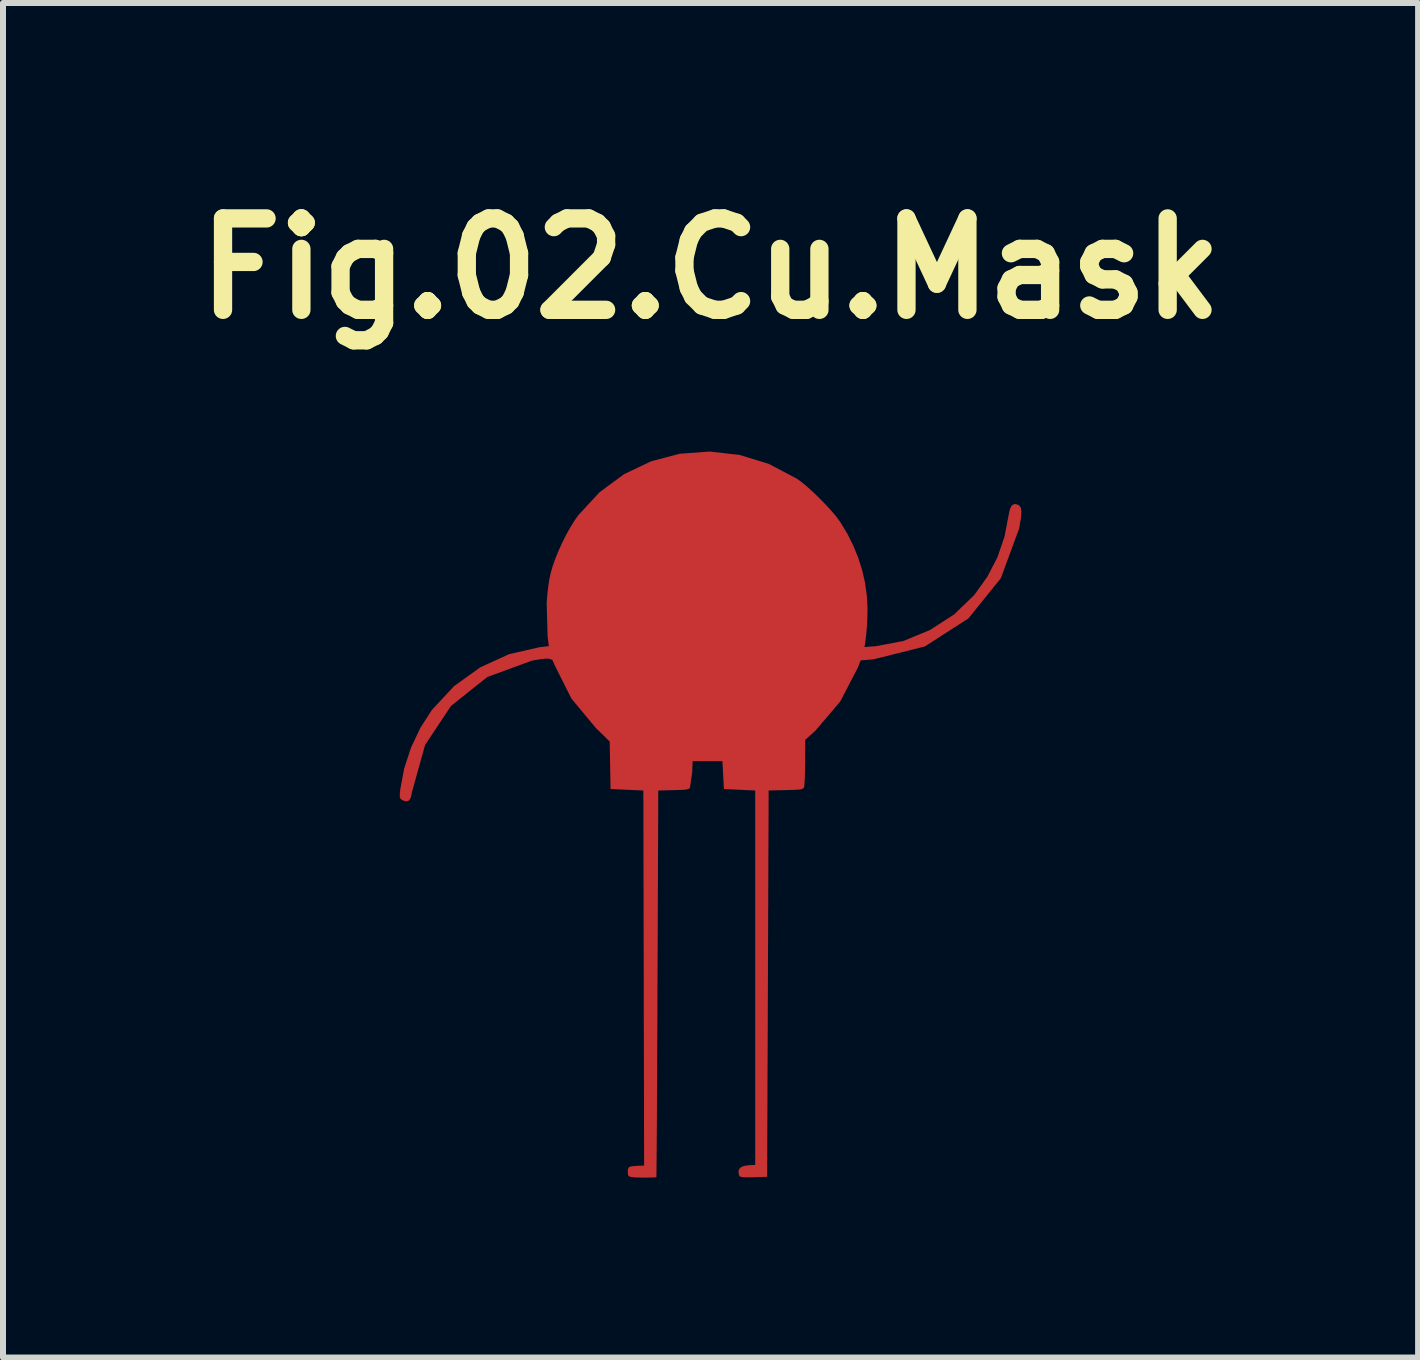
<source format=kicad_pcb>
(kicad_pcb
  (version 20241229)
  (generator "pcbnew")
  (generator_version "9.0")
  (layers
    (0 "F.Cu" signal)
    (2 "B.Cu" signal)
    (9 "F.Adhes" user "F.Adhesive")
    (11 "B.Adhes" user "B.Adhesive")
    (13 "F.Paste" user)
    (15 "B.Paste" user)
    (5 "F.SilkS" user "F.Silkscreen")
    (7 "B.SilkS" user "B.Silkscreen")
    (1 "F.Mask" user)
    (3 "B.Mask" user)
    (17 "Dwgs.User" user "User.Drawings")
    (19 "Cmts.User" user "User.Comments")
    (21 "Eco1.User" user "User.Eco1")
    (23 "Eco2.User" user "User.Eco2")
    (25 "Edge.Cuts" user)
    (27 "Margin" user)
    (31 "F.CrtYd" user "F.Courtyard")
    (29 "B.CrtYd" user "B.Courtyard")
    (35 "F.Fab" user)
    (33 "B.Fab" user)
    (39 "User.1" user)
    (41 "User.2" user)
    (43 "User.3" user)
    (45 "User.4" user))
  (footprint "Fig.02.Cu.Mask"
    (layer "F.Cu")
    (at 8.796 10.528)
    (property "Reference" "Fig.02.Cu.Mask" (at 0 -9.102 0) (layer "F.SilkS") (effects (font (size 1.524 1.524) (thickness 0.305))))
    (attr smd)
    (fp_poly (pts (xy -1.372 6.018) (xy -1.377 5.999) (xy -1.378 5.988) (xy -1.379 5.976) (xy -1.38 5.963) (xy -1.38 5.95) (xy -1.379 5.937) (xy -1.378 5.925) (xy -1.374 5.907) (xy -1.369 5.894) (xy -1.361 5.883) (xy -1.349 5.875) (xy -1.331 5.869) (xy -1.308 5.865) (xy -1.277 5.862) (xy -1.239 5.859) (xy -1.222 5.858) (xy -1.206 5.857) (xy -1.19 5.856) (xy -1.173 5.856) (xy -1.157 5.855) (xy -1.141 5.854) (xy -1.124 5.853) (xy -1.108 5.852) (xy -1.109 5.461) (xy -1.11 5.07) (xy -1.11 4.68) (xy -1.111 4.289) (xy -1.112 3.898) (xy -1.113 3.508) (xy -1.114 3.117) (xy -1.114 2.726) (xy -1.115 2.336) (xy -1.116 1.945) (xy -1.117 1.554) (xy -1.117 1.456) (xy -1.117 1.359) (xy -1.117 1.261) (xy -1.118 1.163) (xy -1.118 0.968) (xy -1.118 0.773) (xy -1.119 0.577) (xy -1.119 0.382) (xy -1.12 0.187) (xy -1.12 -0.009) (xy -1.12 -0.204) (xy -1.121 -0.399) (xy -1.138 -0.4) (xy -1.155 -0.401) (xy -1.172 -0.402) (xy -1.189 -0.402) (xy -1.206 -0.403) (xy -1.223 -0.404) (xy -1.24 -0.405) (xy -1.257 -0.406) (xy -1.275 -0.406) (xy -1.292 -0.407) (xy -1.309 -0.408) (xy -1.326 -0.409) (xy -1.343 -0.409) (xy -1.36 -0.41) (xy -1.377 -0.411) (xy -1.394 -0.412) (xy -1.411 -0.412) (xy -1.428 -0.413) (xy -1.446 -0.414) (xy -1.463 -0.415) (xy -1.48 -0.416) (xy -1.497 -0.416) (xy -1.514 -0.417) (xy -1.531 -0.418) (xy -1.548 -0.419) (xy -1.565 -0.419) (xy -1.582 -0.42) (xy -1.599 -0.421) (xy -1.616 -0.422) (xy -1.634 -0.422) (xy -1.651 -0.423) (xy -1.668 -0.424) (xy -1.671 -0.622) (xy -1.675 -0.82) (xy -1.678 -1.018) (xy -1.682 -1.216) (xy -1.797 -1.329) (xy -1.913 -1.442) (xy -2.32 -1.932) (xy -2.589 -2.469) (xy -2.64 -2.58) (xy -2.715 -2.6) (xy -2.825 -2.59) (xy -2.9 -2.578) (xy -2.977 -2.565) (xy -3.722 -2.292) (xy -4.328 -1.809) (xy -4.759 -1.159) (xy -4.976 -0.382) (xy -4.995 -0.286) (xy -5.027 -0.232) (xy -5.074 -0.217) (xy -5.138 -0.238) (xy -5.166 -0.258) (xy -5.18 -0.286) (xy -5.181 -0.336) (xy -5.173 -0.42) (xy -5.108 -0.767) (xy -4.993 -1.116) (xy -4.836 -1.448) (xy -4.644 -1.745) (xy -4.277 -2.139) (xy -3.841 -2.452) (xy -3.358 -2.673) (xy -2.849 -2.789) (xy -2.811 -2.793) (xy -2.773 -2.797) (xy -2.696 -2.806) (xy -2.707 -2.888) (xy -2.717 -2.97) (xy -2.732 -3.521) (xy -2.722 -3.661) (xy -2.707 -3.796) (xy -2.688 -3.92) (xy -2.664 -4.03) (xy -2.63 -4.147) (xy -2.585 -4.272) (xy -2.532 -4.402) (xy -2.472 -4.533) (xy -2.408 -4.662) (xy -2.34 -4.783) (xy -2.272 -4.893) (xy -2.205 -4.989) (xy -1.85 -5.373) (xy -1.441 -5.674) (xy -0.991 -5.888) (xy -0.512 -6.014) (xy -0.016 -6.05) (xy 0.483 -5.994) (xy 0.972 -5.844) (xy 1.44 -5.597) (xy 1.521 -5.538) (xy 1.617 -5.458) (xy 1.72 -5.364) (xy 1.826 -5.261) (xy 1.929 -5.155) (xy 2.024 -5.051) (xy 2.103 -4.956) (xy 2.162 -4.875) (xy 2.279 -4.682) (xy 2.378 -4.484) (xy 2.461 -4.282) (xy 2.526 -4.076) (xy 2.574 -3.868) (xy 2.604 -3.656) (xy 2.617 -3.443) (xy 2.612 -3.227) (xy 2.609 -3.172) (xy 2.605 -3.117) (xy 2.6 -3.064) (xy 2.596 -3.014) (xy 2.58 -2.876) (xy 2.573 -2.834) (xy 2.565 -2.791) (xy 2.663 -2.799) (xy 2.761 -2.806) (xy 3.213 -2.892) (xy 3.658 -3.075) (xy 4.063 -3.337) (xy 4.398 -3.661) (xy 4.614 -3.963) (xy 4.781 -4.285) (xy 4.9 -4.631) (xy 4.972 -5.006) (xy 4.993 -5.099) (xy 5.027 -5.157) (xy 5.074 -5.177) (xy 5.133 -5.161) (xy 5.168 -5.125) (xy 5.182 -5.055) (xy 5.174 -4.941) (xy 5.145 -4.77) (xy 4.84 -3.94) (xy 4.298 -3.268) (xy 3.572 -2.801) (xy 2.714 -2.586) (xy 2.608 -2.577) (xy 2.502 -2.569) (xy 2.48 -2.511) (xy 2.458 -2.454) (xy 2.16 -1.881) (xy 1.75 -1.4) (xy 1.664 -1.322) (xy 1.578 -1.245) (xy 1.577 -1.065) (xy 1.577 -0.884) (xy 1.572 -0.613) (xy 1.562 -0.469) (xy 1.559 -0.459) (xy 1.556 -0.451) (xy 1.552 -0.444) (xy 1.547 -0.438) (xy 1.54 -0.432) (xy 1.532 -0.428) (xy 1.521 -0.424) (xy 1.508 -0.42) (xy 1.491 -0.417) (xy 1.471 -0.415) (xy 1.447 -0.413) (xy 1.419 -0.412) (xy 1.387 -0.41) (xy 1.349 -0.409) (xy 1.306 -0.408) (xy 1.258 -0.406) (xy 1.239 -0.406) (xy 1.221 -0.406) (xy 1.203 -0.405) (xy 1.185 -0.405) (xy 1.167 -0.404) (xy 1.149 -0.404) (xy 1.131 -0.403) (xy 1.113 -0.403) (xy 1.095 -0.403) (xy 1.077 -0.402) (xy 1.058 -0.402) (xy 1.04 -0.401) (xy 1.022 -0.401) (xy 1.004 -0.4) (xy 0.986 -0.4) (xy 0.968 -0.4) (xy 0.967 -0.198) (xy 0.967 0.003) (xy 0.966 0.204) (xy 0.965 0.405) (xy 0.964 0.607) (xy 0.963 0.808) (xy 0.963 1.009) (xy 0.962 1.21) (xy 0.961 1.311) (xy 0.961 1.412) (xy 0.961 1.512) (xy 0.96 1.613) (xy 0.959 2.016) (xy 0.957 2.418) (xy 0.956 2.821) (xy 0.954 3.223) (xy 0.953 3.626) (xy 0.951 4.028) (xy 0.949 4.431) (xy 0.948 4.833) (xy 0.946 5.236) (xy 0.943 6.041) (xy 0.886 6.042) (xy 0.829 6.044) (xy 0.772 6.046) (xy 0.715 6.048) (xy 0.591 6.05) (xy 0.52 6.046) (xy 0.486 6.032) (xy 0.471 6.005) (xy 0.465 5.943) (xy 0.474 5.918) (xy 0.49 5.896) (xy 0.513 5.878) (xy 0.544 5.864) (xy 0.581 5.855) (xy 0.626 5.849) (xy 0.641 5.848) (xy 0.656 5.847) (xy 0.671 5.846) (xy 0.685 5.846) (xy 0.7 5.845) (xy 0.715 5.844) (xy 0.73 5.843) (xy 0.744 5.842) (xy 0.744 5.452) (xy 0.744 5.062) (xy 0.744 4.672) (xy 0.744 4.281) (xy 0.744 3.891) (xy 0.744 3.501) (xy 0.744 3.111) (xy 0.744 2.721) (xy 0.744 2.331) (xy 0.744 1.941) (xy 0.744 1.551) (xy 0.744 1.453) (xy 0.744 1.356) (xy 0.744 1.258) (xy 0.744 1.161) (xy 0.744 0.966) (xy 0.744 0.771) (xy 0.744 0.576) (xy 0.744 0.381) (xy 0.744 0.186) (xy 0.744 -0.009) (xy 0.744 -0.205) (xy 0.744 -0.4) (xy 0.728 -0.4) (xy 0.712 -0.401) (xy 0.695 -0.402) (xy 0.679 -0.403) (xy 0.663 -0.403) (xy 0.646 -0.404) (xy 0.63 -0.405) (xy 0.614 -0.406) (xy 0.597 -0.407) (xy 0.581 -0.407) (xy 0.565 -0.408) (xy 0.548 -0.409) (xy 0.532 -0.41) (xy 0.516 -0.41) (xy 0.5 -0.411) (xy 0.483 -0.412) (xy 0.467 -0.413) (xy 0.451 -0.413) (xy 0.434 -0.414) (xy 0.418 -0.415) (xy 0.402 -0.416) (xy 0.385 -0.416) (xy 0.369 -0.417) (xy 0.353 -0.418) (xy 0.336 -0.419) (xy 0.32 -0.42) (xy 0.304 -0.42) (xy 0.287 -0.421) (xy 0.271 -0.422) (xy 0.255 -0.423) (xy 0.238 -0.423) (xy 0.222 -0.424) (xy 0.221 -0.439) (xy 0.221 -0.453) (xy 0.22 -0.468) (xy 0.219 -0.482) (xy 0.218 -0.497) (xy 0.217 -0.511) (xy 0.217 -0.526) (xy 0.216 -0.54) (xy 0.21 -0.656) (xy 0.204 -0.772) (xy 0.197 -0.889) (xy 0.073 -0.889) (xy -0.051 -0.889) (xy -0.176 -0.889) (xy -0.3 -0.889) (xy -0.303 -0.797) (xy -0.306 -0.706) (xy -0.344 -0.442) (xy -0.359 -0.431) (xy -0.378 -0.423) (xy -0.401 -0.417) (xy -0.43 -0.413) (xy -0.464 -0.41) (xy -0.504 -0.409) (xy -0.551 -0.408) (xy -0.605 -0.406) (xy -0.622 -0.406) (xy -0.638 -0.406) (xy -0.655 -0.405) (xy -0.672 -0.405) (xy -0.688 -0.404) (xy -0.705 -0.404) (xy -0.722 -0.403) (xy -0.738 -0.403) (xy -0.755 -0.402) (xy -0.772 -0.402) (xy -0.788 -0.401) (xy -0.805 -0.401) (xy -0.822 -0.401) (xy -0.839 -0.4) (xy -0.855 -0.4) (xy -0.872 -0.399) (xy -0.873 -0.198) (xy -0.873 0.003) (xy -0.874 0.205) (xy -0.875 0.406) (xy -0.876 0.607) (xy -0.877 0.808) (xy -0.877 1.01) (xy -0.878 1.211) (xy -0.879 1.312) (xy -0.879 1.412) (xy -0.879 1.513) (xy -0.88 1.613) (xy -0.881 2.016) (xy -0.883 2.418) (xy -0.885 2.821) (xy -0.887 3.468) (xy -0.89 4.072) (xy -0.893 4.619) (xy -0.895 5.097) (xy -0.898 5.492) (xy -0.9 5.791) (xy -0.903 6.047) (xy -0.923 6.05) (xy -0.973 6.052) (xy -1.046 6.053) (xy -1.134 6.054) (xy -1.242 6.052) (xy -1.313 6.046) (xy -1.354 6.035) (xy -1.372 6.018) (xy -1.372 6.018) (xy -1.372 6.018) (xy -1.372 6.018) (xy -1.372 6.018)) (stroke (width 0) (type solid)) (fill yes) (layer "F.Cu"))
    (fp_poly (pts (xy -1.372 6.018) (xy -1.377 5.999) (xy -1.378 5.988) (xy -1.379 5.976) (xy -1.38 5.963) (xy -1.38 5.95) (xy -1.379 5.937) (xy -1.378 5.925) (xy -1.374 5.907) (xy -1.369 5.894) (xy -1.361 5.883) (xy -1.349 5.875) (xy -1.331 5.869) (xy -1.308 5.865) (xy -1.277 5.862) (xy -1.239 5.859) (xy -1.222 5.858) (xy -1.206 5.857) (xy -1.19 5.856) (xy -1.173 5.856) (xy -1.157 5.855) (xy -1.141 5.854) (xy -1.124 5.853) (xy -1.108 5.852) (xy -1.109 5.461) (xy -1.11 5.07) (xy -1.11 4.68) (xy -1.111 4.289) (xy -1.112 3.898) (xy -1.113 3.508) (xy -1.114 3.117) (xy -1.114 2.726) (xy -1.115 2.336) (xy -1.116 1.945) (xy -1.117 1.554) (xy -1.117 1.456) (xy -1.117 1.359) (xy -1.117 1.261) (xy -1.118 1.163) (xy -1.118 0.968) (xy -1.118 0.773) (xy -1.119 0.577) (xy -1.119 0.382) (xy -1.12 0.187) (xy -1.12 -0.009) (xy -1.12 -0.204) (xy -1.121 -0.399) (xy -1.138 -0.4) (xy -1.155 -0.401) (xy -1.172 -0.402) (xy -1.189 -0.402) (xy -1.206 -0.403) (xy -1.223 -0.404) (xy -1.24 -0.405) (xy -1.257 -0.406) (xy -1.275 -0.406) (xy -1.292 -0.407) (xy -1.309 -0.408) (xy -1.326 -0.409) (xy -1.343 -0.409) (xy -1.36 -0.41) (xy -1.377 -0.411) (xy -1.394 -0.412) (xy -1.411 -0.412) (xy -1.428 -0.413) (xy -1.446 -0.414) (xy -1.463 -0.415) (xy -1.48 -0.416) (xy -1.497 -0.416) (xy -1.514 -0.417) (xy -1.531 -0.418) (xy -1.548 -0.419) (xy -1.565 -0.419) (xy -1.582 -0.42) (xy -1.599 -0.421) (xy -1.616 -0.422) (xy -1.634 -0.422) (xy -1.651 -0.423) (xy -1.668 -0.424) (xy -1.671 -0.622) (xy -1.675 -0.82) (xy -1.678 -1.018) (xy -1.682 -1.216) (xy -1.797 -1.329) (xy -1.913 -1.442) (xy -2.32 -1.932) (xy -2.589 -2.469) (xy -2.64 -2.58) (xy -2.715 -2.6) (xy -2.825 -2.59) (xy -2.9 -2.578) (xy -2.977 -2.565) (xy -3.722 -2.292) (xy -4.328 -1.809) (xy -4.759 -1.159) (xy -4.976 -0.382) (xy -4.995 -0.286) (xy -5.027 -0.232) (xy -5.074 -0.217) (xy -5.138 -0.238) (xy -5.166 -0.258) (xy -5.18 -0.286) (xy -5.181 -0.336) (xy -5.173 -0.42) (xy -5.108 -0.767) (xy -4.993 -1.116) (xy -4.836 -1.448) (xy -4.644 -1.745) (xy -4.277 -2.139) (xy -3.841 -2.452) (xy -3.358 -2.673) (xy -2.849 -2.789) (xy -2.811 -2.793) (xy -2.773 -2.797) (xy -2.696 -2.806) (xy -2.707 -2.888) (xy -2.717 -2.97) (xy -2.732 -3.521) (xy -2.722 -3.661) (xy -2.707 -3.796) (xy -2.688 -3.92) (xy -2.664 -4.03) (xy -2.63 -4.147) (xy -2.585 -4.272) (xy -2.532 -4.402) (xy -2.472 -4.533) (xy -2.408 -4.662) (xy -2.34 -4.783) (xy -2.272 -4.893) (xy -2.205 -4.989) (xy -1.85 -5.373) (xy -1.441 -5.674) (xy -0.991 -5.888) (xy -0.512 -6.014) (xy -0.016 -6.05) (xy 0.483 -5.994) (xy 0.972 -5.844) (xy 1.44 -5.597) (xy 1.521 -5.538) (xy 1.617 -5.458) (xy 1.72 -5.364) (xy 1.826 -5.261) (xy 1.929 -5.155) (xy 2.024 -5.051) (xy 2.103 -4.956) (xy 2.162 -4.875) (xy 2.279 -4.682) (xy 2.378 -4.484) (xy 2.461 -4.282) (xy 2.526 -4.076) (xy 2.574 -3.868) (xy 2.604 -3.656) (xy 2.617 -3.443) (xy 2.612 -3.227) (xy 2.609 -3.172) (xy 2.605 -3.117) (xy 2.6 -3.064) (xy 2.596 -3.014) (xy 2.58 -2.876) (xy 2.573 -2.834) (xy 2.565 -2.791) (xy 2.663 -2.799) (xy 2.761 -2.806) (xy 3.213 -2.892) (xy 3.658 -3.075) (xy 4.063 -3.337) (xy 4.398 -3.661) (xy 4.614 -3.963) (xy 4.781 -4.285) (xy 4.9 -4.631) (xy 4.972 -5.006) (xy 4.993 -5.099) (xy 5.027 -5.157) (xy 5.074 -5.177) (xy 5.133 -5.161) (xy 5.168 -5.125) (xy 5.182 -5.055) (xy 5.174 -4.941) (xy 5.145 -4.77) (xy 4.84 -3.94) (xy 4.298 -3.268) (xy 3.572 -2.801) (xy 2.714 -2.586) (xy 2.608 -2.577) (xy 2.502 -2.569) (xy 2.48 -2.511) (xy 2.458 -2.454) (xy 2.16 -1.881) (xy 1.75 -1.4) (xy 1.664 -1.322) (xy 1.578 -1.245) (xy 1.577 -1.065) (xy 1.577 -0.884) (xy 1.572 -0.613) (xy 1.562 -0.469) (xy 1.559 -0.459) (xy 1.556 -0.451) (xy 1.552 -0.444) (xy 1.547 -0.438) (xy 1.54 -0.432) (xy 1.532 -0.428) (xy 1.521 -0.424) (xy 1.508 -0.42) (xy 1.491 -0.417) (xy 1.471 -0.415) (xy 1.447 -0.413) (xy 1.419 -0.412) (xy 1.387 -0.41) (xy 1.349 -0.409) (xy 1.306 -0.408) (xy 1.258 -0.406) (xy 1.239 -0.406) (xy 1.221 -0.406) (xy 1.203 -0.405) (xy 1.185 -0.405) (xy 1.167 -0.404) (xy 1.149 -0.404) (xy 1.131 -0.403) (xy 1.113 -0.403) (xy 1.095 -0.403) (xy 1.077 -0.402) (xy 1.058 -0.402) (xy 1.04 -0.401) (xy 1.022 -0.401) (xy 1.004 -0.4) (xy 0.986 -0.4) (xy 0.968 -0.4) (xy 0.967 -0.198) (xy 0.967 0.003) (xy 0.966 0.204) (xy 0.965 0.405) (xy 0.964 0.607) (xy 0.963 0.808) (xy 0.963 1.009) (xy 0.962 1.21) (xy 0.961 1.311) (xy 0.961 1.412) (xy 0.961 1.512) (xy 0.96 1.613) (xy 0.959 2.016) (xy 0.957 2.418) (xy 0.956 2.821) (xy 0.954 3.223) (xy 0.953 3.626) (xy 0.951 4.028) (xy 0.949 4.431) (xy 0.948 4.833) (xy 0.946 5.236) (xy 0.943 6.041) (xy 0.886 6.042) (xy 0.829 6.044) (xy 0.772 6.046) (xy 0.715 6.048) (xy 0.591 6.05) (xy 0.52 6.046) (xy 0.486 6.032) (xy 0.471 6.005) (xy 0.465 5.943) (xy 0.474 5.918) (xy 0.49 5.896) (xy 0.513 5.878) (xy 0.544 5.864) (xy 0.581 5.855) (xy 0.626 5.849) (xy 0.641 5.848) (xy 0.656 5.847) (xy 0.671 5.846) (xy 0.685 5.846) (xy 0.7 5.845) (xy 0.715 5.844) (xy 0.73 5.843) (xy 0.744 5.842) (xy 0.744 5.452) (xy 0.744 5.062) (xy 0.744 4.672) (xy 0.744 4.281) (xy 0.744 3.891) (xy 0.744 3.501) (xy 0.744 3.111) (xy 0.744 2.721) (xy 0.744 2.331) (xy 0.744 1.941) (xy 0.744 1.551) (xy 0.744 1.453) (xy 0.744 1.356) (xy 0.744 1.258) (xy 0.744 1.161) (xy 0.744 0.966) (xy 0.744 0.771) (xy 0.744 0.576) (xy 0.744 0.381) (xy 0.744 0.186) (xy 0.744 -0.009) (xy 0.744 -0.205) (xy 0.744 -0.4) (xy 0.728 -0.4) (xy 0.712 -0.401) (xy 0.695 -0.402) (xy 0.679 -0.403) (xy 0.663 -0.403) (xy 0.646 -0.404) (xy 0.63 -0.405) (xy 0.614 -0.406) (xy 0.597 -0.407) (xy 0.581 -0.407) (xy 0.565 -0.408) (xy 0.548 -0.409) (xy 0.532 -0.41) (xy 0.516 -0.41) (xy 0.5 -0.411) (xy 0.483 -0.412) (xy 0.467 -0.413) (xy 0.451 -0.413) (xy 0.434 -0.414) (xy 0.418 -0.415) (xy 0.402 -0.416) (xy 0.385 -0.416) (xy 0.369 -0.417) (xy 0.353 -0.418) (xy 0.336 -0.419) (xy 0.32 -0.42) (xy 0.304 -0.42) (xy 0.287 -0.421) (xy 0.271 -0.422) (xy 0.255 -0.423) (xy 0.238 -0.423) (xy 0.222 -0.424) (xy 0.221 -0.439) (xy 0.221 -0.453) (xy 0.22 -0.468) (xy 0.219 -0.482) (xy 0.218 -0.497) (xy 0.217 -0.511) (xy 0.217 -0.526) (xy 0.216 -0.54) (xy 0.21 -0.656) (xy 0.204 -0.772) (xy 0.197 -0.889) (xy 0.073 -0.889) (xy -0.051 -0.889) (xy -0.176 -0.889) (xy -0.3 -0.889) (xy -0.303 -0.797) (xy -0.306 -0.706) (xy -0.344 -0.442) (xy -0.359 -0.431) (xy -0.378 -0.423) (xy -0.401 -0.417) (xy -0.43 -0.413) (xy -0.464 -0.41) (xy -0.504 -0.409) (xy -0.551 -0.408) (xy -0.605 -0.406) (xy -0.622 -0.406) (xy -0.638 -0.406) (xy -0.655 -0.405) (xy -0.672 -0.405) (xy -0.688 -0.404) (xy -0.705 -0.404) (xy -0.722 -0.403) (xy -0.738 -0.403) (xy -0.755 -0.402) (xy -0.772 -0.402) (xy -0.788 -0.401) (xy -0.805 -0.401) (xy -0.822 -0.401) (xy -0.839 -0.4) (xy -0.855 -0.4) (xy -0.872 -0.399) (xy -0.873 -0.198) (xy -0.873 0.003) (xy -0.874 0.205) (xy -0.875 0.406) (xy -0.876 0.607) (xy -0.877 0.808) (xy -0.877 1.01) (xy -0.878 1.211) (xy -0.879 1.312) (xy -0.879 1.412) (xy -0.879 1.513) (xy -0.88 1.613) (xy -0.881 2.016) (xy -0.883 2.418) (xy -0.885 2.821) (xy -0.887 3.468) (xy -0.89 4.072) (xy -0.893 4.619) (xy -0.895 5.097) (xy -0.898 5.492) (xy -0.9 5.791) (xy -0.903 6.047) (xy -0.923 6.05) (xy -0.973 6.052) (xy -1.046 6.053) (xy -1.134 6.054) (xy -1.242 6.052) (xy -1.313 6.046) (xy -1.354 6.035) (xy -1.372 6.018) (xy -1.372 6.018) (xy -1.372 6.018) (xy -1.372 6.018) (xy -1.372 6.018)) (stroke (width 0) (type solid)) (fill yes) (layer "F.Mask")))
  (gr_rect
    (start -3 -3)
    (end 20.591 19.581)
    (stroke (width 0.1) (type default))
    (fill no)
    (layer "Edge.Cuts")))
</source>
